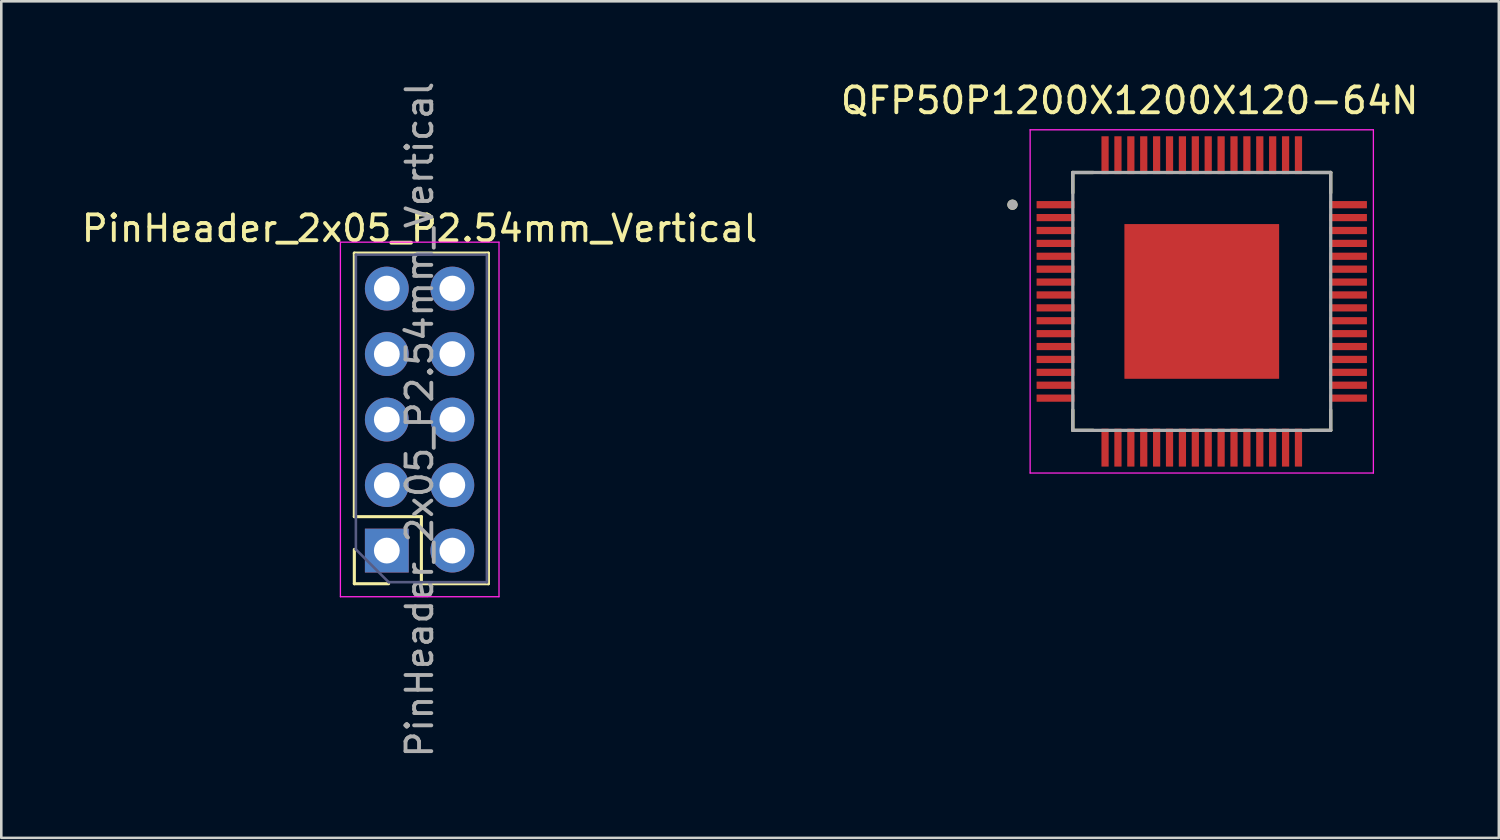
<source format=kicad_pcb>
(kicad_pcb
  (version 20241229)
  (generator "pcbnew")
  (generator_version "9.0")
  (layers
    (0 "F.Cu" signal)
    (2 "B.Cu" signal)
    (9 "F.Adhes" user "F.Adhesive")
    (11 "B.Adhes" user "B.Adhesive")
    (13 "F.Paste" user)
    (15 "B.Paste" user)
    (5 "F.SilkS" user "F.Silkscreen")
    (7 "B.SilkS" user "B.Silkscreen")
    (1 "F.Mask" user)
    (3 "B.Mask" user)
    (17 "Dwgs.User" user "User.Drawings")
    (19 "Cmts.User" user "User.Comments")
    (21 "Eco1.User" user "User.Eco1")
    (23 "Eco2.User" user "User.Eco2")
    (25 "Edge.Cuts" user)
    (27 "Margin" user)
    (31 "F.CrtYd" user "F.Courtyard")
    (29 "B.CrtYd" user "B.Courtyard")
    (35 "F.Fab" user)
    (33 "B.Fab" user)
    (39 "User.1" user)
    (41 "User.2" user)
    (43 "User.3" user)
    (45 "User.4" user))
  (footprint "QFP50P1200X1200X120-64N"
    (layer "F.Cu")
    (at 43.551 8.638)
    (property "Reference" "QFP50P1200X1200X120-64N" (at -2.795 -7.79 0) (layer "F.SilkS") (effects (font (size 1 1) (thickness 0.15))))
    (attr smd)
    (fp_line (start -5 -5) (end -5 -4.21) (stroke (width 0.127) (type solid)) (layer "F.SilkS"))
    (fp_line (start -5 -5) (end -4.21 -5) (stroke (width 0.127) (type solid)) (layer "F.SilkS"))
    (fp_line (start -5 5) (end -5 4.21) (stroke (width 0.127) (type solid)) (layer "F.SilkS"))
    (fp_line (start -5 5) (end -4.21 5) (stroke (width 0.127) (type solid)) (layer "F.SilkS"))
    (fp_line (start 5 -5) (end 4.21 -5) (stroke (width 0.127) (type solid)) (layer "F.SilkS"))
    (fp_line (start 5 -5) (end 5 -4.21) (stroke (width 0.127) (type solid)) (layer "F.SilkS"))
    (fp_line (start 5 5) (end 4.21 5) (stroke (width 0.127) (type solid)) (layer "F.SilkS"))
    (fp_line (start 5 5) (end 5 4.21) (stroke (width 0.127) (type solid)) (layer "F.SilkS"))
    (fp_circle (center -7.34 -3.75) (end -7.24 -3.75) (stroke (width 0.2) (type solid)) (fill no) (layer "F.SilkS"))
    (fp_line (start -6.655 -6.655) (end 6.655 -6.655) (stroke (width 0.05) (type solid)) (layer "F.CrtYd"))
    (fp_line (start -6.655 6.655) (end -6.655 -6.655) (stroke (width 0.05) (type solid)) (layer "F.CrtYd"))
    (fp_line (start -6.655 6.655) (end 6.655 6.655) (stroke (width 0.05) (type solid)) (layer "F.CrtYd"))
    (fp_line (start 6.655 6.655) (end 6.655 -6.655) (stroke (width 0.05) (type solid)) (layer "F.CrtYd"))
    (fp_line (start -5 5) (end -5 -5) (stroke (width 0.127) (type solid)) (layer "F.Fab"))
    (fp_line (start 5 -5) (end -5 -5) (stroke (width 0.127) (type solid)) (layer "F.Fab"))
    (fp_line (start 5 5) (end -5 5) (stroke (width 0.127) (type solid)) (layer "F.Fab"))
    (fp_line (start 5 5) (end 5 -5) (stroke (width 0.127) (type solid)) (layer "F.Fab"))
    (fp_circle (center -7.34 -3.75) (end -7.24 -3.75) (stroke (width 0.2) (type solid)) (fill no) (layer "F.Fab"))
    (pad "1" smd roundrect (at -5.67 -3.75) (size 1.47 0.28) (layers "F.Cu" "F.Mask" "F.Paste") (roundrect_rratio 0.04))
    (pad "2" smd roundrect (at -5.67 -3.25) (size 1.47 0.28) (layers "F.Cu" "F.Mask" "F.Paste") (roundrect_rratio 0.04))
    (pad "3" smd roundrect (at -5.67 -2.75) (size 1.47 0.28) (layers "F.Cu" "F.Mask" "F.Paste") (roundrect_rratio 0.04))
    (pad "4" smd roundrect (at -5.67 -2.25) (size 1.47 0.28) (layers "F.Cu" "F.Mask" "F.Paste") (roundrect_rratio 0.04))
    (pad "5" smd roundrect (at -5.67 -1.75) (size 1.47 0.28) (layers "F.Cu" "F.Mask" "F.Paste") (roundrect_rratio 0.04))
    (pad "6" smd roundrect (at -5.67 -1.25) (size 1.47 0.28) (layers "F.Cu" "F.Mask" "F.Paste") (roundrect_rratio 0.04))
    (pad "7" smd roundrect (at -5.67 -0.75) (size 1.47 0.28) (layers "F.Cu" "F.Mask" "F.Paste") (roundrect_rratio 0.04))
    (pad "8" smd roundrect (at -5.67 -0.25) (size 1.47 0.28) (layers "F.Cu" "F.Mask" "F.Paste") (roundrect_rratio 0.04))
    (pad "9" smd roundrect (at -5.67 0.25) (size 1.47 0.28) (layers "F.Cu" "F.Mask" "F.Paste") (roundrect_rratio 0.04))
    (pad "10" smd roundrect (at -5.67 0.75) (size 1.47 0.28) (layers "F.Cu" "F.Mask" "F.Paste") (roundrect_rratio 0.04))
    (pad "11" smd roundrect (at -5.67 1.25) (size 1.47 0.28) (layers "F.Cu" "F.Mask" "F.Paste") (roundrect_rratio 0.04))
    (pad "12" smd roundrect (at -5.67 1.75) (size 1.47 0.28) (layers "F.Cu" "F.Mask" "F.Paste") (roundrect_rratio 0.04))
    (pad "13" smd roundrect (at -5.67 2.25) (size 1.47 0.28) (layers "F.Cu" "F.Mask" "F.Paste") (roundrect_rratio 0.04))
    (pad "14" smd roundrect (at -5.67 2.75) (size 1.47 0.28) (layers "F.Cu" "F.Mask" "F.Paste") (roundrect_rratio 0.04))
    (pad "15" smd roundrect (at -5.67 3.25) (size 1.47 0.28) (layers "F.Cu" "F.Mask" "F.Paste") (roundrect_rratio 0.04))
    (pad "16" smd roundrect (at -5.67 3.75) (size 1.47 0.28) (layers "F.Cu" "F.Mask" "F.Paste") (roundrect_rratio 0.04))
    (pad "17" smd roundrect (at -3.75 5.67 90) (size 1.47 0.28) (layers "F.Cu" "F.Mask" "F.Paste") (roundrect_rratio 0.04))
    (pad "18" smd roundrect (at -3.25 5.67 90) (size 1.47 0.28) (layers "F.Cu" "F.Mask" "F.Paste") (roundrect_rratio 0.04))
    (pad "19" smd roundrect (at -2.75 5.67 90) (size 1.47 0.28) (layers "F.Cu" "F.Mask" "F.Paste") (roundrect_rratio 0.04))
    (pad "20" smd roundrect (at -2.25 5.67 90) (size 1.47 0.28) (layers "F.Cu" "F.Mask" "F.Paste") (roundrect_rratio 0.04))
    (pad "21" smd roundrect (at -1.75 5.67 90) (size 1.47 0.28) (layers "F.Cu" "F.Mask" "F.Paste") (roundrect_rratio 0.04))
    (pad "22" smd roundrect (at -1.25 5.67 90) (size 1.47 0.28) (layers "F.Cu" "F.Mask" "F.Paste") (roundrect_rratio 0.04))
    (pad "23" smd roundrect (at -0.75 5.67 90) (size 1.47 0.28) (layers "F.Cu" "F.Mask" "F.Paste") (roundrect_rratio 0.04))
    (pad "24" smd roundrect (at -0.25 5.67 90) (size 1.47 0.28) (layers "F.Cu" "F.Mask" "F.Paste") (roundrect_rratio 0.04))
    (pad "25" smd roundrect (at 0.25 5.67 90) (size 1.47 0.28) (layers "F.Cu" "F.Mask" "F.Paste") (roundrect_rratio 0.04))
    (pad "26" smd roundrect (at 0.75 5.67 90) (size 1.47 0.28) (layers "F.Cu" "F.Mask" "F.Paste") (roundrect_rratio 0.04))
    (pad "27" smd roundrect (at 1.25 5.67 90) (size 1.47 0.28) (layers "F.Cu" "F.Mask" "F.Paste") (roundrect_rratio 0.04))
    (pad "28" smd roundrect (at 1.75 5.67 90) (size 1.47 0.28) (layers "F.Cu" "F.Mask" "F.Paste") (roundrect_rratio 0.04))
    (pad "29" smd roundrect (at 2.25 5.67 90) (size 1.47 0.28) (layers "F.Cu" "F.Mask" "F.Paste") (roundrect_rratio 0.04))
    (pad "30" smd roundrect (at 2.75 5.67 90) (size 1.47 0.28) (layers "F.Cu" "F.Mask" "F.Paste") (roundrect_rratio 0.04))
    (pad "31" smd roundrect (at 3.25 5.67 90) (size 1.47 0.28) (layers "F.Cu" "F.Mask" "F.Paste") (roundrect_rratio 0.04))
    (pad "32" smd roundrect (at 3.75 5.67 90) (size 1.47 0.28) (layers "F.Cu" "F.Mask" "F.Paste") (roundrect_rratio 0.04))
    (pad "33" smd roundrect (at 5.67 3.75) (size 1.47 0.28) (layers "F.Cu" "F.Mask" "F.Paste") (roundrect_rratio 0.04))
    (pad "34" smd roundrect (at 5.67 3.25) (size 1.47 0.28) (layers "F.Cu" "F.Mask" "F.Paste") (roundrect_rratio 0.04))
    (pad "35" smd roundrect (at 5.67 2.75) (size 1.47 0.28) (layers "F.Cu" "F.Mask" "F.Paste") (roundrect_rratio 0.04))
    (pad "36" smd roundrect (at 5.67 2.25) (size 1.47 0.28) (layers "F.Cu" "F.Mask" "F.Paste") (roundrect_rratio 0.04))
    (pad "37" smd roundrect (at 5.67 1.75) (size 1.47 0.28) (layers "F.Cu" "F.Mask" "F.Paste") (roundrect_rratio 0.04))
    (pad "38" smd roundrect (at 5.67 1.25) (size 1.47 0.28) (layers "F.Cu" "F.Mask" "F.Paste") (roundrect_rratio 0.04))
    (pad "39" smd roundrect (at 5.67 0.75) (size 1.47 0.28) (layers "F.Cu" "F.Mask" "F.Paste") (roundrect_rratio 0.04))
    (pad "40" smd roundrect (at 5.67 0.25) (size 1.47 0.28) (layers "F.Cu" "F.Mask" "F.Paste") (roundrect_rratio 0.04))
    (pad "41" smd roundrect (at 5.67 -0.25) (size 1.47 0.28) (layers "F.Cu" "F.Mask" "F.Paste") (roundrect_rratio 0.04))
    (pad "42" smd roundrect (at 5.67 -0.75) (size 1.47 0.28) (layers "F.Cu" "F.Mask" "F.Paste") (roundrect_rratio 0.04))
    (pad "43" smd roundrect (at 5.67 -1.25) (size 1.47 0.28) (layers "F.Cu" "F.Mask" "F.Paste") (roundrect_rratio 0.04))
    (pad "44" smd roundrect (at 5.67 -1.75) (size 1.47 0.28) (layers "F.Cu" "F.Mask" "F.Paste") (roundrect_rratio 0.04))
    (pad "45" smd roundrect (at 5.67 -2.25) (size 1.47 0.28) (layers "F.Cu" "F.Mask" "F.Paste") (roundrect_rratio 0.04))
    (pad "46" smd roundrect (at 5.67 -2.75) (size 1.47 0.28) (layers "F.Cu" "F.Mask" "F.Paste") (roundrect_rratio 0.04))
    (pad "47" smd roundrect (at 5.67 -3.25) (size 1.47 0.28) (layers "F.Cu" "F.Mask" "F.Paste") (roundrect_rratio 0.04))
    (pad "48" smd roundrect (at 5.67 -3.75) (size 1.47 0.28) (layers "F.Cu" "F.Mask" "F.Paste") (roundrect_rratio 0.04))
    (pad "49" smd roundrect (at 3.75 -5.67 90) (size 1.47 0.28) (layers "F.Cu" "F.Mask" "F.Paste") (roundrect_rratio 0.04))
    (pad "50" smd roundrect (at 3.25 -5.67 90) (size 1.47 0.28) (layers "F.Cu" "F.Mask" "F.Paste") (roundrect_rratio 0.04))
    (pad "51" smd roundrect (at 2.75 -5.67 90) (size 1.47 0.28) (layers "F.Cu" "F.Mask" "F.Paste") (roundrect_rratio 0.04))
    (pad "52" smd roundrect (at 2.25 -5.67 90) (size 1.47 0.28) (layers "F.Cu" "F.Mask" "F.Paste") (roundrect_rratio 0.04))
    (pad "53" smd roundrect (at 1.75 -5.67 90) (size 1.47 0.28) (layers "F.Cu" "F.Mask" "F.Paste") (roundrect_rratio 0.04))
    (pad "54" smd roundrect (at 1.25 -5.67 90) (size 1.47 0.28) (layers "F.Cu" "F.Mask" "F.Paste") (roundrect_rratio 0.04))
    (pad "55" smd roundrect (at 0.75 -5.67 90) (size 1.47 0.28) (layers "F.Cu" "F.Mask" "F.Paste") (roundrect_rratio 0.04))
    (pad "56" smd roundrect (at 0.25 -5.67 90) (size 1.47 0.28) (layers "F.Cu" "F.Mask" "F.Paste") (roundrect_rratio 0.04))
    (pad "57" smd roundrect (at -0.25 -5.67 90) (size 1.47 0.28) (layers "F.Cu" "F.Mask" "F.Paste") (roundrect_rratio 0.04))
    (pad "58" smd roundrect (at -0.75 -5.67 90) (size 1.47 0.28) (layers "F.Cu" "F.Mask" "F.Paste") (roundrect_rratio 0.04))
    (pad "59" smd roundrect (at -1.25 -5.67 90) (size 1.47 0.28) (layers "F.Cu" "F.Mask" "F.Paste") (roundrect_rratio 0.04))
    (pad "60" smd roundrect (at -1.75 -5.67 90) (size 1.47 0.28) (layers "F.Cu" "F.Mask" "F.Paste") (roundrect_rratio 0.04))
    (pad "61" smd roundrect (at -2.25 -5.67 90) (size 1.47 0.28) (layers "F.Cu" "F.Mask" "F.Paste") (roundrect_rratio 0.04))
    (pad "62" smd roundrect (at -2.75 -5.67 90) (size 1.47 0.28) (layers "F.Cu" "F.Mask" "F.Paste") (roundrect_rratio 0.04))
    (pad "63" smd roundrect (at -3.25 -5.67 90) (size 1.47 0.28) (layers "F.Cu" "F.Mask" "F.Paste") (roundrect_rratio 0.04))
    (pad "64" smd roundrect (at -3.75 -5.67 90) (size 1.47 0.28) (layers "F.Cu" "F.Mask" "F.Paste") (roundrect_rratio 0.04))
    (pad "65" smd roundrect (at 0 0) (size 6 6) (layers "F.Cu" "F.Mask" "F.Paste") (roundrect_rratio 0.002)))
  (footprint "PinHeader_2x05_P2.54mm_Vertical"
    (layer "F.Cu")
    (at 11.95 8.14)
    (property "Reference" "PinHeader_2x05_P2.54mm_Vertical" (at 1.27 -2.33 0) (layer "F.SilkS") (effects (font (size 1 1) (thickness 0.15))))
    (attr through_hole)
    (fp_line (start -1.26 -1.375) (end 3.94 -1.375) (stroke (width 0.12) (type solid)) (layer "F.SilkS"))
    (fp_line (start -1.26 8.845) (end -1.26 -1.375) (stroke (width 0.12) (type solid)) (layer "F.SilkS"))
    (fp_line (start -1.26 8.845) (end 1.34 8.845) (stroke (width 0.12) (type solid)) (layer "F.SilkS"))
    (fp_line (start -1.26 10.115) (end -1.26 11.445) (stroke (width 0.12) (type solid)) (layer "F.SilkS"))
    (fp_line (start -1.26 11.445) (end 0.07 11.445) (stroke (width 0.12) (type solid)) (layer "F.SilkS"))
    (fp_line (start 1.34 8.845) (end 1.34 11.445) (stroke (width 0.12) (type solid)) (layer "F.SilkS"))
    (fp_line (start 1.34 11.445) (end 3.94 11.445) (stroke (width 0.12) (type solid)) (layer "F.SilkS"))
    (fp_line (start 3.94 11.445) (end 3.94 -1.375) (stroke (width 0.12) (type solid)) (layer "F.SilkS"))
    (fp_line (start -1.8 -1.8) (end -1.8 11.95) (stroke (width 0.05) (type solid)) (layer "F.CrtYd"))
    (fp_line (start -1.8 11.95) (end 4.35 11.95) (stroke (width 0.05) (type solid)) (layer "F.CrtYd"))
    (fp_line (start 4.35 -1.8) (end -1.8 -1.8) (stroke (width 0.05) (type solid)) (layer "F.CrtYd"))
    (fp_line (start 4.35 11.95) (end 4.35 -1.8) (stroke (width 0.05) (type solid)) (layer "F.CrtYd"))
    (fp_line (start -1.2 -1.315) (end -1.2 10.115) (stroke (width 0.1) (type solid)) (layer "B.Fab"))
    (fp_line (start -1.2 10.115) (end 0.07 11.385) (stroke (width 0.1) (type solid)) (layer "B.Fab"))
    (fp_line (start 0.07 11.385) (end 3.88 11.385) (stroke (width 0.1) (type solid)) (layer "B.Fab"))
    (fp_line (start 3.88 -1.315) (end -1.2 -1.315) (stroke (width 0.1) (type solid)) (layer "B.Fab"))
    (fp_line (start 3.88 11.385) (end 3.88 -1.315) (stroke (width 0.1) (type solid)) (layer "B.Fab"))
    (fp_text user "${REFERENCE}" (at 1.27 5.08 90) (layer "F.Fab") (effects (font (size 1 1) (thickness 0.15))))
    (pad "1" thru_hole rect (at 0 10.16) (size 1.7 1.7) (drill 1) (layers "*.Cu" "*.Mask"))
    (pad "2" thru_hole oval (at 2.54 10.16) (size 1.7 1.7) (drill 1) (layers "*.Cu" "*.Mask"))
    (pad "3" thru_hole oval (at 0 7.62) (size 1.7 1.7) (drill 1) (layers "*.Cu" "*.Mask"))
    (pad "4" thru_hole oval (at 2.54 7.62) (size 1.7 1.7) (drill 1) (layers "*.Cu" "*.Mask"))
    (pad "5" thru_hole oval (at 0 5.08) (size 1.7 1.7) (drill 1) (layers "*.Cu" "*.Mask"))
    (pad "6" thru_hole oval (at 2.54 5.08) (size 1.7 1.7) (drill 1) (layers "*.Cu" "*.Mask"))
    (pad "7" thru_hole oval (at 0 2.54) (size 1.7 1.7) (drill 1) (layers "*.Cu" "*.Mask"))
    (pad "8" thru_hole oval (at 2.54 2.54) (size 1.7 1.7) (drill 1) (layers "*.Cu" "*.Mask"))
    (pad "9" thru_hole circle (at 0 0) (size 1.7 1.7) (drill 1) (layers "*.Cu" "*.Mask"))
    (pad "10" thru_hole oval (at 2.54 0) (size 1.7 1.7) (drill 1) (layers "*.Cu" "*.Mask")))
  (gr_rect
    (start -3 -3)
    (end 55.071 29.44)
    (stroke (width 0.1) (type default))
    (fill no)
    (layer "Edge.Cuts")))
</source>
